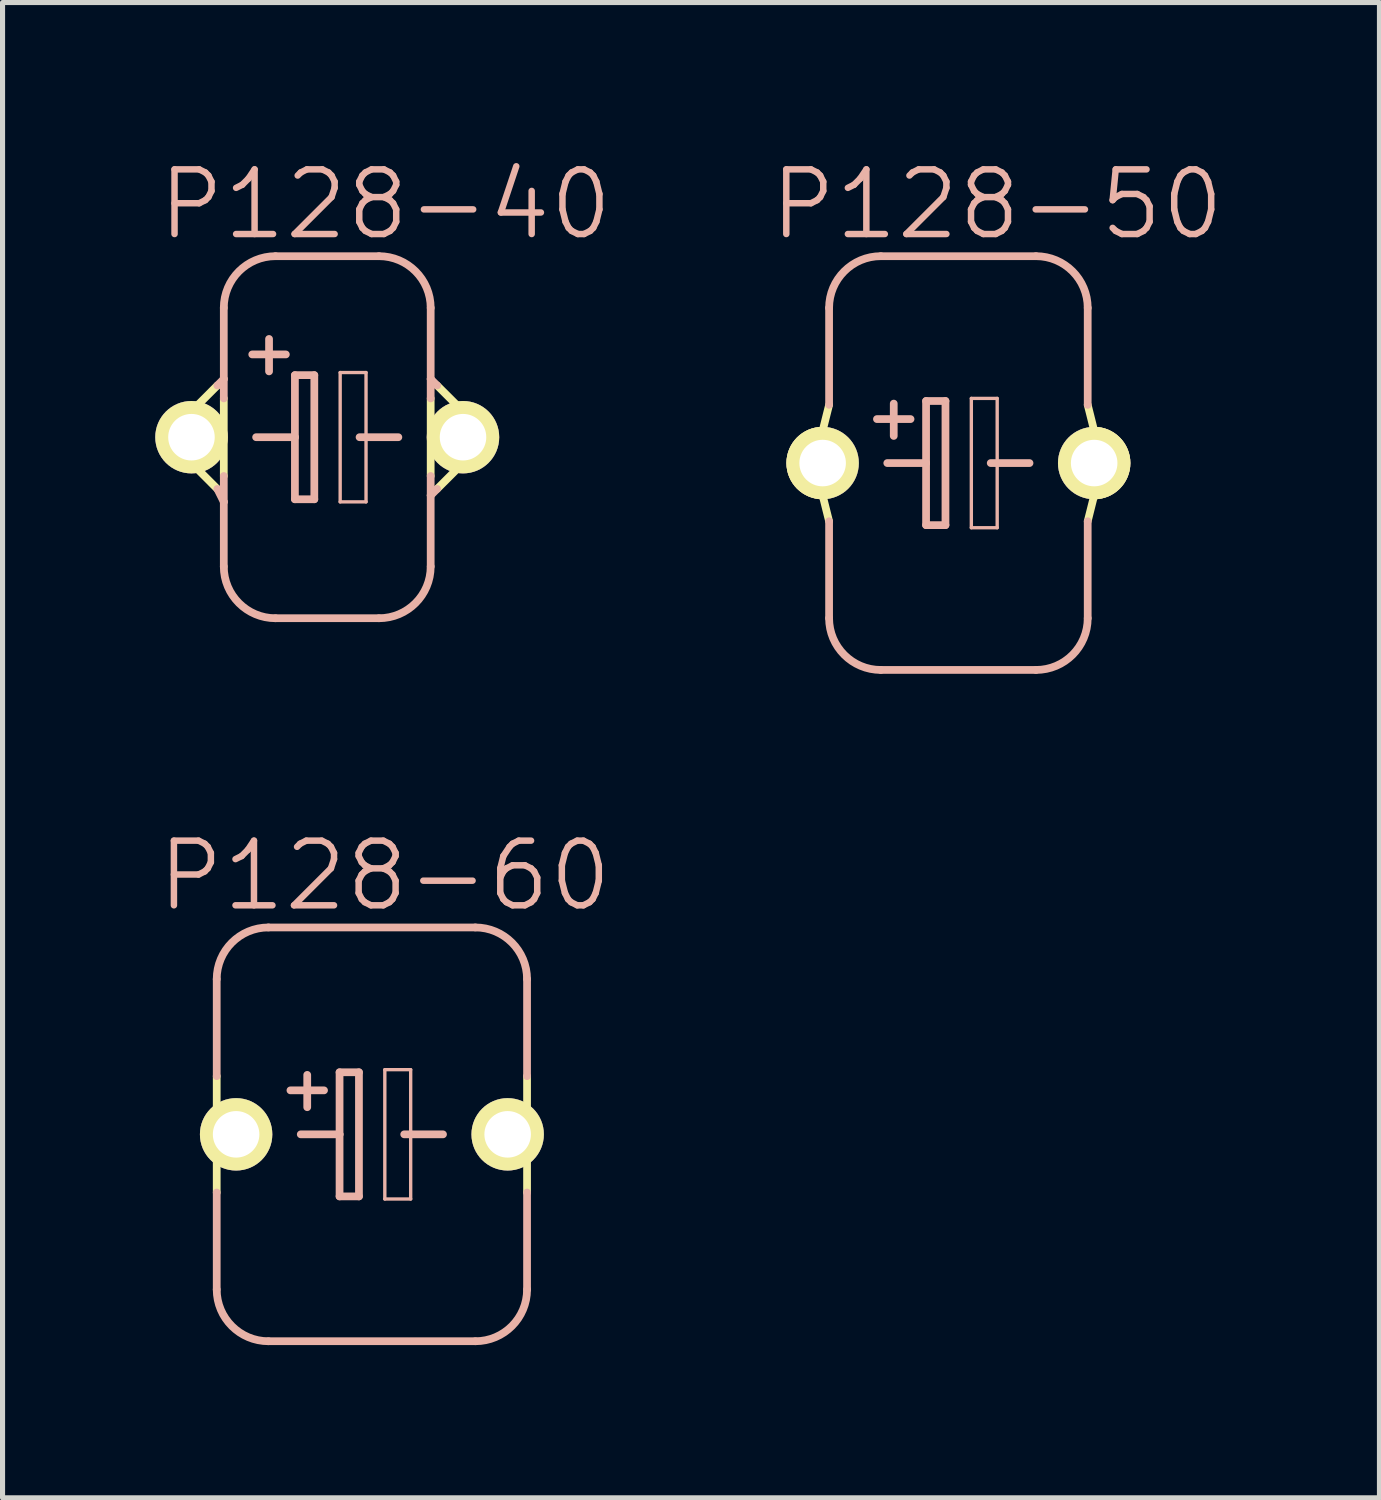
<source format=kicad_pcb>
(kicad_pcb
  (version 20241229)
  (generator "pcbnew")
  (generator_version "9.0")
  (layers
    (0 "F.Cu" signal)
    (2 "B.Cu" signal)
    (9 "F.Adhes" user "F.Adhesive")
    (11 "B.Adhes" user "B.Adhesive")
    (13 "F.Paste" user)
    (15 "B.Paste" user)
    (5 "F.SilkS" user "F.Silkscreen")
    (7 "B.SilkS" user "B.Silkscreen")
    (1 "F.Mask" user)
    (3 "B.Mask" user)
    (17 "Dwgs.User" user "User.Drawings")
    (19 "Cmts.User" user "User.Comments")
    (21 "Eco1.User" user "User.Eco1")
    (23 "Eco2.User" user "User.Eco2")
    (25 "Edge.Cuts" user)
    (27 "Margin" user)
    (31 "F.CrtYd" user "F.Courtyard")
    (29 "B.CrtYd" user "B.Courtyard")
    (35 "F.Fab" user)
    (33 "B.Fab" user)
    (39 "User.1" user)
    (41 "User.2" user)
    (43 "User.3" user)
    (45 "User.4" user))
  (footprint "P128-50"
    (layer "F.Cu")
    (at 15.776 6.046)
    (property "Reference" "P128-50" (at 0.762 -5.08 0) (layer "B.SilkS") (effects (font (size 1.27 1.27) (thickness 0.127))))
    (attr exclude_from_pos_files exclude_from_bom)
    (fp_line (start -2.667 -0.635) (end -2.54 -1.143) (stroke (width 0.152) (type solid)) (layer "F.SilkS"))
    (fp_line (start -2.54 1.143) (end -2.667 0.635) (stroke (width 0.152) (type solid)) (layer "F.SilkS"))
    (fp_line (start 2.54 1.143) (end 2.667 0.635) (stroke (width 0.152) (type solid)) (layer "F.SilkS"))
    (fp_line (start 2.667 -0.635) (end 2.54 -1.143) (stroke (width 0.152) (type solid)) (layer "F.SilkS"))
    (fp_arc (start -2.667 0.635) (mid -3.302 0) (end -2.667 -0.635) (stroke (width 0.1524) (type solid)) (layer "F.SilkS"))
    (fp_arc (start 2.667 -0.635) (mid 3.302 0) (end 2.667 0.635) (stroke (width 0.1524) (type solid)) (layer "F.SilkS"))
    (fp_line (start -2.54 -3.048) (end -2.54 -1.143) (stroke (width 0.152) (type solid)) (layer "B.SilkS"))
    (fp_line (start -2.54 1.143) (end -2.54 3.048) (stroke (width 0.152) (type solid)) (layer "B.SilkS"))
    (fp_line (start -1.524 4.064) (end 1.524 4.064) (stroke (width 0.152) (type solid)) (layer "B.SilkS"))
    (fp_line (start -1.397 0) (end -0.635 0) (stroke (width 0.152) (type solid)) (layer "B.SilkS"))
    (fp_line (start -1.27 -1.168) (end -1.27 -0.533) (stroke (width 0.152) (type solid)) (layer "B.SilkS"))
    (fp_line (start -0.94 -0.864) (end -1.6 -0.864) (stroke (width 0.152) (type solid)) (layer "B.SilkS"))
    (fp_line (start -0.635 -1.219) (end -0.635 0) (stroke (width 0.152) (type solid)) (layer "B.SilkS"))
    (fp_line (start -0.635 0) (end -0.635 1.219) (stroke (width 0.152) (type solid)) (layer "B.SilkS"))
    (fp_line (start -0.635 1.219) (end -0.254 1.219) (stroke (width 0.152) (type solid)) (layer "B.SilkS"))
    (fp_line (start -0.254 -1.219) (end -0.635 -1.219) (stroke (width 0.152) (type solid)) (layer "B.SilkS"))
    (fp_line (start -0.254 1.219) (end -0.254 -1.219) (stroke (width 0.152) (type solid)) (layer "B.SilkS"))
    (fp_line (start 0.254 -1.27) (end 0.762 -1.27) (stroke (width 0.066) (type solid)) (layer "B.SilkS"))
    (fp_line (start 0.254 1.27) (end 0.254 -1.27) (stroke (width 0.066) (type solid)) (layer "B.SilkS"))
    (fp_line (start 0.254 1.27) (end 0.762 1.27) (stroke (width 0.066) (type solid)) (layer "B.SilkS"))
    (fp_line (start 0.635 0) (end 1.397 0) (stroke (width 0.152) (type solid)) (layer "B.SilkS"))
    (fp_line (start 0.762 1.27) (end 0.762 -1.27) (stroke (width 0.066) (type solid)) (layer "B.SilkS"))
    (fp_line (start 1.524 -4.064) (end -1.524 -4.064) (stroke (width 0.152) (type solid)) (layer "B.SilkS"))
    (fp_line (start 2.54 -3.048) (end 2.54 -1.143) (stroke (width 0.152) (type solid)) (layer "B.SilkS"))
    (fp_line (start 2.54 1.143) (end 2.54 3.048) (stroke (width 0.152) (type solid)) (layer "B.SilkS"))
    (fp_arc (start -2.54 -3.048) (mid -2.24242 -3.76642) (end -1.524 -4.064) (stroke (width 0.1524) (type solid)) (layer "B.SilkS"))
    (fp_arc (start -1.524 4.064) (mid -2.24242 3.76642) (end -2.54 3.048) (stroke (width 0.1524) (type solid)) (layer "B.SilkS"))
    (fp_arc (start 1.524 -4.064) (mid 2.24242 -3.76642) (end 2.54 -3.048) (stroke (width 0.1524) (type solid)) (layer "B.SilkS"))
    (fp_arc (start 2.54 3.048) (mid 2.24242 3.76642) (end 1.524 4.064) (stroke (width 0.1524) (type solid)) (layer "B.SilkS"))
    (pad "+" thru_hole circle (at -2.667 0) (size 1.422 1.422) (drill 0.914) (layers "*.Cu" "F.Mask" "F.SilkS" "F.Paste"))
    (pad "-" thru_hole circle (at 2.667 0) (size 1.422 1.422) (drill 0.914) (layers "*.Cu" "F.Mask" "F.SilkS" "F.Paste")))
  (footprint "P128-60"
    (layer "F.Cu")
    (at 4.255 19.232)
    (property "Reference" "P128-60" (at 0.254 -5.08 0) (layer "B.SilkS") (effects (font (size 1.27 1.27) (thickness 0.127))))
    (attr exclude_from_pos_files exclude_from_bom)
    (fp_line (start -3.048 1.143) (end -3.048 -1.143) (stroke (width 0.152) (type solid)) (layer "F.SilkS"))
    (fp_line (start 3.048 1.143) (end 3.048 -1.143) (stroke (width 0.152) (type solid)) (layer "F.SilkS"))
    (fp_line (start -3.048 -3.048) (end -3.048 -1.143) (stroke (width 0.152) (type solid)) (layer "B.SilkS"))
    (fp_line (start -3.048 1.143) (end -3.048 3.048) (stroke (width 0.152) (type solid)) (layer "B.SilkS"))
    (fp_line (start -2.032 4.064) (end 2.032 4.064) (stroke (width 0.152) (type solid)) (layer "B.SilkS"))
    (fp_line (start -1.397 0) (end -0.635 0) (stroke (width 0.152) (type solid)) (layer "B.SilkS"))
    (fp_line (start -1.27 -1.168) (end -1.27 -0.533) (stroke (width 0.152) (type solid)) (layer "B.SilkS"))
    (fp_line (start -0.94 -0.864) (end -1.6 -0.864) (stroke (width 0.152) (type solid)) (layer "B.SilkS"))
    (fp_line (start -0.635 -1.219) (end -0.635 0) (stroke (width 0.152) (type solid)) (layer "B.SilkS"))
    (fp_line (start -0.635 0) (end -0.635 1.219) (stroke (width 0.152) (type solid)) (layer "B.SilkS"))
    (fp_line (start -0.635 1.219) (end -0.254 1.219) (stroke (width 0.152) (type solid)) (layer "B.SilkS"))
    (fp_line (start -0.254 -1.219) (end -0.635 -1.219) (stroke (width 0.152) (type solid)) (layer "B.SilkS"))
    (fp_line (start -0.254 1.219) (end -0.254 -1.219) (stroke (width 0.152) (type solid)) (layer "B.SilkS"))
    (fp_line (start 0.254 -1.27) (end 0.762 -1.27) (stroke (width 0.066) (type solid)) (layer "B.SilkS"))
    (fp_line (start 0.254 1.27) (end 0.254 -1.27) (stroke (width 0.066) (type solid)) (layer "B.SilkS"))
    (fp_line (start 0.254 1.27) (end 0.762 1.27) (stroke (width 0.066) (type solid)) (layer "B.SilkS"))
    (fp_line (start 0.635 0) (end 1.397 0) (stroke (width 0.152) (type solid)) (layer "B.SilkS"))
    (fp_line (start 0.762 1.27) (end 0.762 -1.27) (stroke (width 0.066) (type solid)) (layer "B.SilkS"))
    (fp_line (start 2.032 -4.064) (end -2.032 -4.064) (stroke (width 0.152) (type solid)) (layer "B.SilkS"))
    (fp_line (start 3.048 -3.048) (end 3.048 -1.143) (stroke (width 0.152) (type solid)) (layer "B.SilkS"))
    (fp_line (start 3.048 1.143) (end 3.048 3.048) (stroke (width 0.152) (type solid)) (layer "B.SilkS"))
    (fp_arc (start -3.048 -3.048) (mid -2.75042 -3.76642) (end -2.032 -4.064) (stroke (width 0.1524) (type solid)) (layer "B.SilkS"))
    (fp_arc (start -2.032 4.064) (mid -2.75042 3.76642) (end -3.048 3.048) (stroke (width 0.1524) (type solid)) (layer "B.SilkS"))
    (fp_arc (start 2.032 -4.064) (mid 2.75042 -3.76642) (end 3.048 -3.048) (stroke (width 0.1524) (type solid)) (layer "B.SilkS"))
    (fp_arc (start 3.048 3.048) (mid 2.75042 3.76642) (end 2.032 4.064) (stroke (width 0.1524) (type solid)) (layer "B.SilkS"))
    (pad "+" thru_hole circle (at -2.667 0) (size 1.422 1.422) (drill 0.914) (layers "*.Cu" "F.Mask" "F.SilkS" "F.Paste"))
    (pad "-" thru_hole circle (at 2.667 0) (size 1.422 1.422) (drill 0.914) (layers "*.Cu" "F.Mask" "F.SilkS" "F.Paste")))
  (footprint "P128-40"
    (layer "F.Cu")
    (at 3.378 5.538)
    (property "Reference" "P128-40" (at 1.143 -4.572 0) (layer "B.SilkS") (effects (font (size 1.27 1.27) (thickness 0.127))))
    (attr exclude_from_pos_files exclude_from_bom)
    (fp_line (start -2.667 -0.508) (end -2.159 -1.016) (stroke (width 0.152) (type solid)) (layer "F.SilkS"))
    (fp_line (start -2.159 1.016) (end -2.667 0.508) (stroke (width 0.152) (type solid)) (layer "F.SilkS"))
    (fp_line (start -2.032 -0.762) (end -2.032 0.762) (stroke (width 0.152) (type solid)) (layer "F.SilkS"))
    (fp_line (start 2.032 -0.762) (end 2.032 0.762) (stroke (width 0.152) (type solid)) (layer "F.SilkS"))
    (fp_line (start 2.159 1.016) (end 2.667 0.508) (stroke (width 0.152) (type solid)) (layer "F.SilkS"))
    (fp_line (start 2.667 -0.508) (end 2.159 -1.016) (stroke (width 0.152) (type solid)) (layer "F.SilkS"))
    (fp_arc (start -2.667 0.508) (mid -3.175 0) (end -2.667 -0.508) (stroke (width 0.1524) (type solid)) (layer "F.SilkS"))
    (fp_arc (start 2.667 -0.508) (mid 3.175 0) (end 2.667 0.508) (stroke (width 0.1524) (type solid)) (layer "F.SilkS"))
    (fp_line (start -2.159 -1.016) (end -2.032 -1.143) (stroke (width 0.152) (type solid)) (layer "B.SilkS"))
    (fp_line (start -2.032 -2.54) (end -2.032 -1.143) (stroke (width 0.152) (type solid)) (layer "B.SilkS"))
    (fp_line (start -2.032 -1.143) (end -2.032 -0.762) (stroke (width 0.152) (type solid)) (layer "B.SilkS"))
    (fp_line (start -2.032 0.762) (end -2.032 1.27) (stroke (width 0.152) (type solid)) (layer "B.SilkS"))
    (fp_line (start -2.032 1.27) (end -2.159 1.016) (stroke (width 0.152) (type solid)) (layer "B.SilkS"))
    (fp_line (start -2.032 1.27) (end -2.032 2.54) (stroke (width 0.152) (type solid)) (layer "B.SilkS"))
    (fp_line (start -1.397 0) (end -0.635 0) (stroke (width 0.152) (type solid)) (layer "B.SilkS"))
    (fp_line (start -1.143 -1.93) (end -1.143 -1.293) (stroke (width 0.152) (type solid)) (layer "B.SilkS"))
    (fp_line (start -1.016 3.556) (end 1.016 3.556) (stroke (width 0.152) (type solid)) (layer "B.SilkS"))
    (fp_line (start -0.813 -1.626) (end -1.473 -1.626) (stroke (width 0.152) (type solid)) (layer "B.SilkS"))
    (fp_line (start -0.635 -1.219) (end -0.635 0) (stroke (width 0.152) (type solid)) (layer "B.SilkS"))
    (fp_line (start -0.635 0) (end -0.635 1.219) (stroke (width 0.152) (type solid)) (layer "B.SilkS"))
    (fp_line (start -0.635 1.219) (end -0.254 1.219) (stroke (width 0.152) (type solid)) (layer "B.SilkS"))
    (fp_line (start -0.254 -1.219) (end -0.635 -1.219) (stroke (width 0.152) (type solid)) (layer "B.SilkS"))
    (fp_line (start -0.254 1.219) (end -0.254 -1.219) (stroke (width 0.152) (type solid)) (layer "B.SilkS"))
    (fp_line (start 0.254 -1.27) (end 0.762 -1.27) (stroke (width 0.066) (type solid)) (layer "B.SilkS"))
    (fp_line (start 0.254 1.27) (end 0.254 -1.27) (stroke (width 0.066) (type solid)) (layer "B.SilkS"))
    (fp_line (start 0.254 1.27) (end 0.762 1.27) (stroke (width 0.066) (type solid)) (layer "B.SilkS"))
    (fp_line (start 0.635 0) (end 1.397 0) (stroke (width 0.152) (type solid)) (layer "B.SilkS"))
    (fp_line (start 0.762 1.27) (end 0.762 -1.27) (stroke (width 0.066) (type solid)) (layer "B.SilkS"))
    (fp_line (start 1.016 -3.556) (end -1.016 -3.556) (stroke (width 0.152) (type solid)) (layer "B.SilkS"))
    (fp_line (start 2.032 -2.54) (end 2.032 -1.143) (stroke (width 0.152) (type solid)) (layer "B.SilkS"))
    (fp_line (start 2.032 -1.143) (end 2.032 -0.762) (stroke (width 0.152) (type solid)) (layer "B.SilkS"))
    (fp_line (start 2.032 0.762) (end 2.032 1.143) (stroke (width 0.152) (type solid)) (layer "B.SilkS"))
    (fp_line (start 2.032 1.143) (end 2.032 2.54) (stroke (width 0.152) (type solid)) (layer "B.SilkS"))
    (fp_line (start 2.032 1.143) (end 2.159 1.016) (stroke (width 0.152) (type solid)) (layer "B.SilkS"))
    (fp_line (start 2.159 -1.016) (end 2.032 -1.143) (stroke (width 0.152) (type solid)) (layer "B.SilkS"))
    (fp_arc (start -2.032 -2.54) (mid -1.73442 -3.25842) (end -1.016 -3.556) (stroke (width 0.1524) (type solid)) (layer "B.SilkS"))
    (fp_arc (start -1.016 3.556) (mid -1.73442 3.25842) (end -2.032 2.54) (stroke (width 0.1524) (type solid)) (layer "B.SilkS"))
    (fp_arc (start 1.016 -3.556) (mid 1.73442 -3.25842) (end 2.032 -2.54) (stroke (width 0.1524) (type solid)) (layer "B.SilkS"))
    (fp_arc (start 2.032 2.54) (mid 1.73442 3.25842) (end 1.016 3.556) (stroke (width 0.1524) (type solid)) (layer "B.SilkS"))
    (pad "+" thru_hole circle (at -2.667 0) (size 1.422 1.422) (drill 0.914) (layers "*.Cu" "F.Mask" "F.SilkS" "F.Paste"))
    (pad "-" thru_hole circle (at 2.667 0) (size 1.422 1.422) (drill 0.914) (layers "*.Cu" "F.Mask" "F.SilkS" "F.Paste")))
  (gr_rect
    (start -3 -3)
    (end 24.047 26.372)
    (stroke (width 0.1) (type default))
    (fill no)
    (layer "Edge.Cuts")))
</source>
